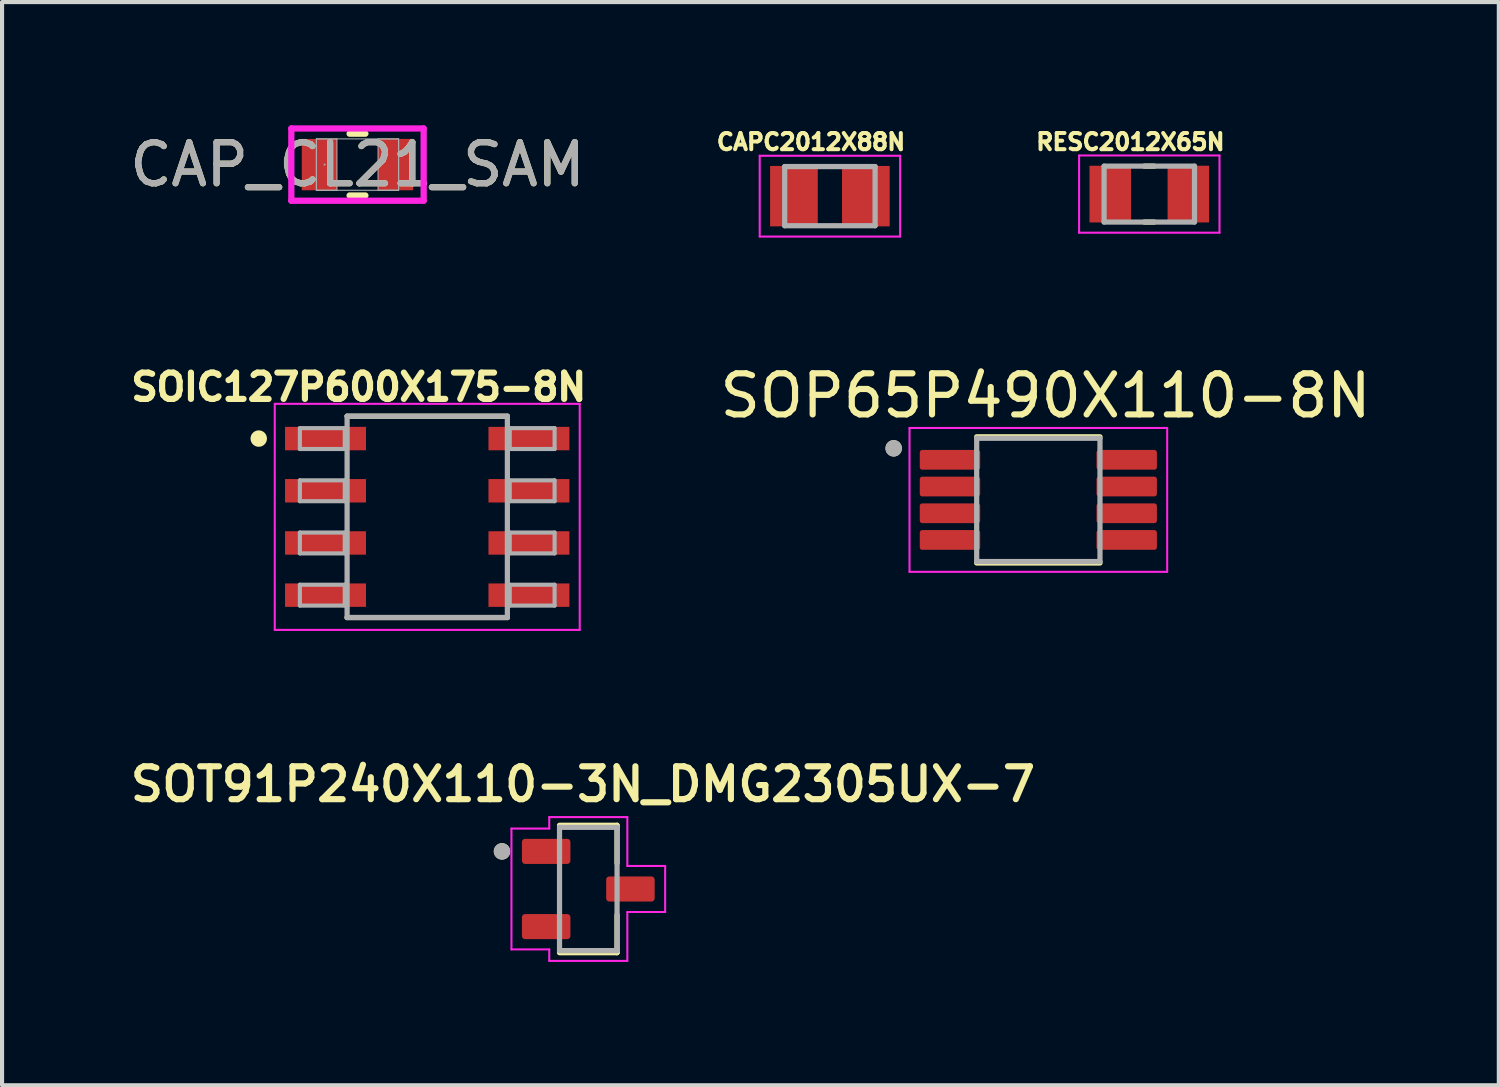
<source format=kicad_pcb>
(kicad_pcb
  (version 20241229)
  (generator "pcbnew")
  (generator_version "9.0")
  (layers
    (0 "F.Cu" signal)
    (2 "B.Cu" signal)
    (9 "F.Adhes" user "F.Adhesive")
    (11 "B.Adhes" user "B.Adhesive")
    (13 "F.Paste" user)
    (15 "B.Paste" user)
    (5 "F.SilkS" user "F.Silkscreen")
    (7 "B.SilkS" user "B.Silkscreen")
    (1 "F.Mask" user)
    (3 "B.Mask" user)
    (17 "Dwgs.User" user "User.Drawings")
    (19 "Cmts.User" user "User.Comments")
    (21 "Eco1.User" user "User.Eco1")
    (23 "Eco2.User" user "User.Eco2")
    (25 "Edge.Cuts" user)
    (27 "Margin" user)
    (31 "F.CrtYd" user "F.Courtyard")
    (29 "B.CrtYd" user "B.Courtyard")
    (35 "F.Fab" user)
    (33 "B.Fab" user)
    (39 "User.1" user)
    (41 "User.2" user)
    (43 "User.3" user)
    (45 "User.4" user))
  (footprint "SOT91P240X110-3N_DMG2305UX-7"
    (layer "F.Cu")
    (at 11.265 18.582)
    (property "Reference" "SOT91P240X110-3N_DMG2305UX-7" (at -0.13 -2.548 0) (layer "F.SilkS") (effects (font (size 0.8 0.8) (thickness 0.15))))
    (attr smd)
    (fp_line (start -0.7 -1.55) (end 0.7 -1.55) (stroke (width 0.127) (type solid)) (layer "F.SilkS"))
    (fp_line (start 0.7 -1.55) (end 0.7 -0.63) (stroke (width 0.127) (type solid)) (layer "F.SilkS"))
    (fp_line (start 0.7 0.63) (end 0.7 1.55) (stroke (width 0.127) (type solid)) (layer "F.SilkS"))
    (fp_line (start 0.7 1.55) (end -0.7 1.55) (stroke (width 0.127) (type solid)) (layer "F.SilkS"))
    (fp_circle (center -2.1 -0.915) (end -2 -0.915) (stroke (width 0.2) (type solid)) (fill no) (layer "F.SilkS"))
    (fp_line (start -1.87 -1.47) (end -0.95 -1.47) (stroke (width 0.05) (type solid)) (layer "F.CrtYd"))
    (fp_line (start -1.87 1.47) (end -1.87 -1.47) (stroke (width 0.05) (type solid)) (layer "F.CrtYd"))
    (fp_line (start -0.95 -1.75) (end 0.95 -1.75) (stroke (width 0.05) (type solid)) (layer "F.CrtYd"))
    (fp_line (start -0.95 -1.47) (end -0.95 -1.75) (stroke (width 0.05) (type solid)) (layer "F.CrtYd"))
    (fp_line (start -0.95 1.47) (end -1.87 1.47) (stroke (width 0.05) (type solid)) (layer "F.CrtYd"))
    (fp_line (start -0.95 1.75) (end -0.95 1.47) (stroke (width 0.05) (type solid)) (layer "F.CrtYd"))
    (fp_line (start 0.95 -1.75) (end 0.95 -0.56) (stroke (width 0.05) (type solid)) (layer "F.CrtYd"))
    (fp_line (start 0.95 -0.56) (end 1.87 -0.56) (stroke (width 0.05) (type solid)) (layer "F.CrtYd"))
    (fp_line (start 0.95 0.56) (end 0.95 1.75) (stroke (width 0.05) (type solid)) (layer "F.CrtYd"))
    (fp_line (start 0.95 1.75) (end -0.95 1.75) (stroke (width 0.05) (type solid)) (layer "F.CrtYd"))
    (fp_line (start 1.87 -0.56) (end 1.87 0.56) (stroke (width 0.05) (type solid)) (layer "F.CrtYd"))
    (fp_line (start 1.87 0.56) (end 0.95 0.56) (stroke (width 0.05) (type solid)) (layer "F.CrtYd"))
    (fp_line (start -0.7 -1.5) (end 0.7 -1.5) (stroke (width 0.127) (type solid)) (layer "F.Fab"))
    (fp_line (start -0.7 1.5) (end -0.7 -1.5) (stroke (width 0.127) (type solid)) (layer "F.Fab"))
    (fp_line (start 0.7 -1.5) (end 0.7 1.5) (stroke (width 0.127) (type solid)) (layer "F.Fab"))
    (fp_line (start 0.7 1.5) (end -0.7 1.5) (stroke (width 0.127) (type solid)) (layer "F.Fab"))
    (fp_circle (center -2.1 -0.915) (end -2 -0.915) (stroke (width 0.2) (type solid)) (fill no) (layer "F.Fab"))
    (pad "1" smd roundrect (at -1.025 -0.915) (size 1.18 0.61) (layers "F.Cu" "F.Mask" "F.Paste") (roundrect_rratio 0.125))
    (pad "2" smd roundrect (at -1.025 0.915) (size 1.18 0.61) (layers "F.Cu" "F.Mask" "F.Paste") (roundrect_rratio 0.125))
    (pad "3" smd roundrect (at 1.025 0) (size 1.18 0.61) (layers "F.Cu" "F.Mask" "F.Paste") (roundrect_rratio 0.125)))
  (footprint "CAP_CL21_SAM"
    (layer "F.Cu")
    (at 5.649 0.955)
    (property "Reference" "CAP_CL21_SAM" (at 0 0 0) (unlocked yes) (layer "F.SilkS") (effects (font (size 1 1) (thickness 0.15))))
    (attr smd)
    (fp_line (start -0.192 0.752) (end 0.192 0.752) (stroke (width 0.152) (type solid)) (layer "F.SilkS"))
    (fp_line (start 0.192 -0.752) (end -0.192 -0.752) (stroke (width 0.152) (type solid)) (layer "F.SilkS"))
    (fp_line (start -1.61 -0.879) (end 1.61 -0.879) (stroke (width 0.152) (type solid)) (layer "F.CrtYd"))
    (fp_line (start -1.61 0.879) (end -1.61 -0.879) (stroke (width 0.152) (type solid)) (layer "F.CrtYd"))
    (fp_line (start 1.61 -0.879) (end 1.61 0.879) (stroke (width 0.152) (type solid)) (layer "F.CrtYd"))
    (fp_line (start 1.61 0.879) (end -1.61 0.879) (stroke (width 0.152) (type solid)) (layer "F.CrtYd"))
    (fp_line (start -1 -0.625) (end -1 0.625) (stroke (width 0.025) (type solid)) (layer "F.Fab"))
    (fp_line (start -1 -0.625) (end -1 0.625) (stroke (width 0.025) (type solid)) (layer "F.Fab"))
    (fp_line (start -1 0.625) (end -0.5 0.625) (stroke (width 0.025) (type solid)) (layer "F.Fab"))
    (fp_line (start -1 0.625) (end 1 0.625) (stroke (width 0.025) (type solid)) (layer "F.Fab"))
    (fp_line (start -0.5 -0.625) (end -1 -0.625) (stroke (width 0.025) (type solid)) (layer "F.Fab"))
    (fp_line (start -0.5 0.625) (end -0.5 -0.625) (stroke (width 0.025) (type solid)) (layer "F.Fab"))
    (fp_line (start 0.5 -0.625) (end 0.5 0.625) (stroke (width 0.025) (type solid)) (layer "F.Fab"))
    (fp_line (start 0.5 0.625) (end 1 0.625) (stroke (width 0.025) (type solid)) (layer "F.Fab"))
    (fp_line (start 1 -0.625) (end -1 -0.625) (stroke (width 0.025) (type solid)) (layer "F.Fab"))
    (fp_line (start 1 -0.625) (end 0.5 -0.625) (stroke (width 0.025) (type solid)) (layer "F.Fab"))
    (fp_line (start 1 0.625) (end 1 -0.625) (stroke (width 0.025) (type solid)) (layer "F.Fab"))
    (fp_line (start 1 0.625) (end 1 -0.625) (stroke (width 0.025) (type solid)) (layer "F.Fab"))
    (fp_circle (center -0.801 0) (end -0.801 0) (stroke (width 0.025) (type solid)) (fill no) (layer "F.Fab"))
    (fp_text user "${REFERENCE}" (at 0 0 0) (unlocked yes) (layer "F.Fab") (effects (font (size 1 1) (thickness 0.15))))
    (pad "1" smd rect (at -0.928 0) (size 0.856 1.25) (layers "F.Cu" "F.Mask" "F.Paste"))
    (pad "2" smd rect (at 0.928 0) (size 0.856 1.25) (layers "F.Cu" "F.Mask" "F.Paste"))
    (zone (net_name "") (layer "F.Cu") (hatch full 0.508) (connect_pads) (min_thickness 0.254) (filled_areas_thickness no) (keepout (tracks not_allowed) (vias not_allowed) (pads allowed) (copperpour not_allowed) (footprints allowed)) (placement (enabled no)) (fill) (polygon (pts (xy 5.2 0.381) (xy 6.098 0.381) (xy 6.098 1.529) (xy 5.2 1.529)))))
  (footprint "SOIC127P600X175-8N"
    (layer "F.Cu")
    (at 7.346 9.527)
    (property "Reference" "SOIC127P600X175-8N" (at -1.666 -3.159 0) (layer "F.SilkS") (effects (font (size 0.64 0.64) (thickness 0.15))))
    (attr smd)
    (fp_line (start -1.95 -2.45) (end 1.95 -2.45) (stroke (width 0.127) (type solid)) (layer "F.SilkS"))
    (fp_line (start -1.95 2.45) (end 1.95 2.45) (stroke (width 0.127) (type solid)) (layer "F.SilkS"))
    (fp_circle (center -4.1 -1.905) (end -4 -1.905) (stroke (width 0.2) (type solid)) (fill no) (layer "F.SilkS"))
    (fp_line (start -3.71 -2.75) (end 3.71 -2.75) (stroke (width 0.05) (type solid)) (layer "F.CrtYd"))
    (fp_line (start -3.71 2.75) (end -3.71 -2.75) (stroke (width 0.05) (type solid)) (layer "F.CrtYd"))
    (fp_line (start 3.71 -2.75) (end 3.71 2.75) (stroke (width 0.05) (type solid)) (layer "F.CrtYd"))
    (fp_line (start 3.71 2.75) (end -3.71 2.75) (stroke (width 0.05) (type solid)) (layer "F.CrtYd"))
    (fp_line (start -3.099 -2.159) (end -3.099 -1.651) (stroke (width 0.1) (type solid)) (layer "F.Fab"))
    (fp_line (start -3.099 -1.651) (end -2.007 -1.651) (stroke (width 0.1) (type solid)) (layer "F.Fab"))
    (fp_line (start -3.099 -0.889) (end -3.099 -0.381) (stroke (width 0.1) (type solid)) (layer "F.Fab"))
    (fp_line (start -3.099 -0.381) (end -2.007 -0.381) (stroke (width 0.1) (type solid)) (layer "F.Fab"))
    (fp_line (start -3.099 0.381) (end -3.099 0.889) (stroke (width 0.1) (type solid)) (layer "F.Fab"))
    (fp_line (start -3.099 0.889) (end -2.007 0.889) (stroke (width 0.1) (type solid)) (layer "F.Fab"))
    (fp_line (start -3.099 1.651) (end -3.099 2.159) (stroke (width 0.1) (type solid)) (layer "F.Fab"))
    (fp_line (start -3.099 2.159) (end -2.007 2.159) (stroke (width 0.1) (type solid)) (layer "F.Fab"))
    (fp_line (start -2.007 -2.159) (end -3.099 -2.159) (stroke (width 0.1) (type solid)) (layer "F.Fab"))
    (fp_line (start -2.007 -1.651) (end -2.007 -2.159) (stroke (width 0.1) (type solid)) (layer "F.Fab"))
    (fp_line (start -2.007 -0.889) (end -3.099 -0.889) (stroke (width 0.1) (type solid)) (layer "F.Fab"))
    (fp_line (start -2.007 -0.381) (end -2.007 -0.889) (stroke (width 0.1) (type solid)) (layer "F.Fab"))
    (fp_line (start -2.007 0.381) (end -3.099 0.381) (stroke (width 0.1) (type solid)) (layer "F.Fab"))
    (fp_line (start -2.007 0.889) (end -2.007 0.381) (stroke (width 0.1) (type solid)) (layer "F.Fab"))
    (fp_line (start -2.007 1.651) (end -3.099 1.651) (stroke (width 0.1) (type solid)) (layer "F.Fab"))
    (fp_line (start -2.007 2.159) (end -2.007 1.651) (stroke (width 0.1) (type solid)) (layer "F.Fab"))
    (fp_line (start -1.95 -2.45) (end -1.95 2.45) (stroke (width 0.127) (type solid)) (layer "F.Fab"))
    (fp_line (start -1.95 2.45) (end 1.95 2.45) (stroke (width 0.127) (type solid)) (layer "F.Fab"))
    (fp_line (start 1.95 -2.45) (end -1.95 -2.45) (stroke (width 0.127) (type solid)) (layer "F.Fab"))
    (fp_line (start 1.95 2.45) (end 1.95 -2.45) (stroke (width 0.127) (type solid)) (layer "F.Fab"))
    (fp_line (start 2.007 -2.159) (end 2.007 -1.651) (stroke (width 0.1) (type solid)) (layer "F.Fab"))
    (fp_line (start 2.007 -1.651) (end 3.099 -1.651) (stroke (width 0.1) (type solid)) (layer "F.Fab"))
    (fp_line (start 2.007 -0.889) (end 2.007 -0.381) (stroke (width 0.1) (type solid)) (layer "F.Fab"))
    (fp_line (start 2.007 -0.381) (end 3.099 -0.381) (stroke (width 0.1) (type solid)) (layer "F.Fab"))
    (fp_line (start 2.007 0.381) (end 2.007 0.889) (stroke (width 0.1) (type solid)) (layer "F.Fab"))
    (fp_line (start 2.007 0.889) (end 3.099 0.889) (stroke (width 0.1) (type solid)) (layer "F.Fab"))
    (fp_line (start 2.007 1.651) (end 2.007 2.159) (stroke (width 0.1) (type solid)) (layer "F.Fab"))
    (fp_line (start 2.007 2.159) (end 3.099 2.159) (stroke (width 0.1) (type solid)) (layer "F.Fab"))
    (fp_line (start 3.099 -2.159) (end 2.007 -2.159) (stroke (width 0.1) (type solid)) (layer "F.Fab"))
    (fp_line (start 3.099 -1.651) (end 3.099 -2.159) (stroke (width 0.1) (type solid)) (layer "F.Fab"))
    (fp_line (start 3.099 -0.889) (end 2.007 -0.889) (stroke (width 0.1) (type solid)) (layer "F.Fab"))
    (fp_line (start 3.099 -0.381) (end 3.099 -0.889) (stroke (width 0.1) (type solid)) (layer "F.Fab"))
    (fp_line (start 3.099 0.381) (end 2.007 0.381) (stroke (width 0.1) (type solid)) (layer "F.Fab"))
    (fp_line (start 3.099 0.889) (end 3.099 0.381) (stroke (width 0.1) (type solid)) (layer "F.Fab"))
    (fp_line (start 3.099 1.651) (end 2.007 1.651) (stroke (width 0.1) (type solid)) (layer "F.Fab"))
    (fp_line (start 3.099 2.159) (end 3.099 1.651) (stroke (width 0.1) (type solid)) (layer "F.Fab"))
    (pad "1" smd rect (at -2.475 -1.905) (size 1.97 0.57) (layers "F.Cu" "F.Mask" "F.Paste"))
    (pad "2" smd rect (at -2.475 -0.635) (size 1.97 0.57) (layers "F.Cu" "F.Mask" "F.Paste"))
    (pad "3" smd rect (at -2.475 0.635) (size 1.97 0.57) (layers "F.Cu" "F.Mask" "F.Paste"))
    (pad "4" smd rect (at -2.475 1.905) (size 1.97 0.57) (layers "F.Cu" "F.Mask" "F.Paste"))
    (pad "5" smd rect (at 2.475 1.905) (size 1.97 0.57) (layers "F.Cu" "F.Mask" "F.Paste"))
    (pad "6" smd rect (at 2.475 0.635) (size 1.97 0.57) (layers "F.Cu" "F.Mask" "F.Paste"))
    (pad "7" smd rect (at 2.475 -0.635) (size 1.97 0.57) (layers "F.Cu" "F.Mask" "F.Paste"))
    (pad "8" smd rect (at 2.475 -1.905) (size 1.97 0.57) (layers "F.Cu" "F.Mask" "F.Paste")))
  (footprint "RESC2012X65N"
    (layer "F.Cu")
    (at 24.916 1.673)
    (property "Reference" "RESC2012X65N" (at -0.46 -1.27 0) (layer "F.SilkS") (effects (font (size 0.394 0.394) (thickness 0.15))))
    (attr smd)
    (fp_line (start -0.12 -0.68) (end 0.12 -0.68) (stroke (width 0.127) (type solid)) (layer "F.SilkS"))
    (fp_line (start -0.12 0.68) (end 0.12 0.68) (stroke (width 0.127) (type solid)) (layer "F.SilkS"))
    (fp_line (start -1.708 -0.94) (end 1.708 -0.94) (stroke (width 0.05) (type solid)) (layer "F.CrtYd"))
    (fp_line (start -1.708 0.94) (end -1.708 -0.94) (stroke (width 0.05) (type solid)) (layer "F.CrtYd"))
    (fp_line (start -1.708 0.94) (end 1.708 0.94) (stroke (width 0.05) (type solid)) (layer "F.CrtYd"))
    (fp_line (start 1.708 0.94) (end 1.708 -0.94) (stroke (width 0.05) (type solid)) (layer "F.CrtYd"))
    (fp_line (start -1.1 0.68) (end -1.1 -0.68) (stroke (width 0.127) (type solid)) (layer "F.Fab"))
    (fp_line (start 1.1 -0.68) (end -1.1 -0.68) (stroke (width 0.127) (type solid)) (layer "F.Fab"))
    (fp_line (start 1.1 0.68) (end -1.1 0.68) (stroke (width 0.127) (type solid)) (layer "F.Fab"))
    (fp_line (start 1.1 0.68) (end 1.1 -0.68) (stroke (width 0.127) (type solid)) (layer "F.Fab"))
    (pad "1" smd rect (at -0.95 0) (size 1.01 1.38) (layers "F.Cu" "F.Mask" "F.Paste"))
    (pad "2" smd rect (at 0.95 0) (size 1.01 1.38) (layers "F.Cu" "F.Mask" "F.Paste")))
  (footprint "SOP65P490X110-8N"
    (layer "F.Cu")
    (at 22.216 9.114)
    (property "Reference" "SOP65P490X110-8N" (at 0.175 -2.535 0) (layer "F.SilkS") (effects (font (size 1 1) (thickness 0.15))))
    (attr smd)
    (fp_line (start -1.5 -1.535) (end 1.5 -1.535) (stroke (width 0.127) (type solid)) (layer "F.SilkS"))
    (fp_line (start -1.5 1.535) (end 1.5 1.535) (stroke (width 0.127) (type solid)) (layer "F.SilkS"))
    (fp_circle (center -3.52 -1.255) (end -3.42 -1.255) (stroke (width 0.2) (type solid)) (fill no) (layer "F.SilkS"))
    (fp_line (start -3.135 -1.75) (end -3.135 1.75) (stroke (width 0.05) (type solid)) (layer "F.CrtYd"))
    (fp_line (start -3.135 -1.75) (end 3.135 -1.75) (stroke (width 0.05) (type solid)) (layer "F.CrtYd"))
    (fp_line (start -3.135 1.75) (end 3.135 1.75) (stroke (width 0.05) (type solid)) (layer "F.CrtYd"))
    (fp_line (start 3.135 -1.75) (end 3.135 1.75) (stroke (width 0.05) (type solid)) (layer "F.CrtYd"))
    (fp_line (start -1.5 -1.5) (end -1.5 1.5) (stroke (width 0.127) (type solid)) (layer "F.Fab"))
    (fp_line (start -1.5 -1.5) (end 1.5 -1.5) (stroke (width 0.127) (type solid)) (layer "F.Fab"))
    (fp_line (start -1.5 1.5) (end 1.5 1.5) (stroke (width 0.127) (type solid)) (layer "F.Fab"))
    (fp_line (start 1.5 -1.5) (end 1.5 1.5) (stroke (width 0.127) (type solid)) (layer "F.Fab"))
    (fp_circle (center -3.52 -1.255) (end -3.42 -1.255) (stroke (width 0.2) (type solid)) (fill no) (layer "F.Fab"))
    (pad "1" smd roundrect (at -2.15 -0.975) (size 1.47 0.48) (layers "F.Cu" "F.Mask" "F.Paste") (roundrect_rratio 0.125))
    (pad "2" smd roundrect (at -2.15 -0.325) (size 1.47 0.48) (layers "F.Cu" "F.Mask" "F.Paste") (roundrect_rratio 0.125))
    (pad "3" smd roundrect (at -2.15 0.325) (size 1.47 0.48) (layers "F.Cu" "F.Mask" "F.Paste") (roundrect_rratio 0.125))
    (pad "4" smd roundrect (at -2.15 0.975) (size 1.47 0.48) (layers "F.Cu" "F.Mask" "F.Paste") (roundrect_rratio 0.125))
    (pad "5" smd roundrect (at 2.15 0.975) (size 1.47 0.48) (layers "F.Cu" "F.Mask" "F.Paste") (roundrect_rratio 0.125))
    (pad "6" smd roundrect (at 2.15 0.325) (size 1.47 0.48) (layers "F.Cu" "F.Mask" "F.Paste") (roundrect_rratio 0.125))
    (pad "7" smd roundrect (at 2.15 -0.325) (size 1.47 0.48) (layers "F.Cu" "F.Mask" "F.Paste") (roundrect_rratio 0.125))
    (pad "8" smd roundrect (at 2.15 -0.975) (size 1.47 0.48) (layers "F.Cu" "F.Mask" "F.Paste") (roundrect_rratio 0.125)))
  (footprint "CAPC2012X88N"
    (layer "F.Cu")
    (at 17.144 1.723)
    (property "Reference" "CAPC2012X88N" (at -0.46 -1.32 0) (layer "F.SilkS") (effects (font (size 0.394 0.394) (thickness 0.15))))
    (attr smd)
    (fp_line (start -1.708 -0.983) (end 1.708 -0.983) (stroke (width 0.05) (type solid)) (layer "F.CrtYd"))
    (fp_line (start -1.708 0.983) (end -1.708 -0.983) (stroke (width 0.05) (type solid)) (layer "F.CrtYd"))
    (fp_line (start -1.708 0.983) (end 1.708 0.983) (stroke (width 0.05) (type solid)) (layer "F.CrtYd"))
    (fp_line (start 1.708 0.983) (end 1.708 -0.983) (stroke (width 0.05) (type solid)) (layer "F.CrtYd"))
    (fp_line (start -1.1 0.72) (end -1.1 -0.72) (stroke (width 0.127) (type solid)) (layer "F.Fab"))
    (fp_line (start 1.1 -0.72) (end -1.1 -0.72) (stroke (width 0.127) (type solid)) (layer "F.Fab"))
    (fp_line (start 1.1 0.72) (end -1.1 0.72) (stroke (width 0.127) (type solid)) (layer "F.Fab"))
    (fp_line (start 1.1 0.72) (end 1.1 -0.72) (stroke (width 0.127) (type solid)) (layer "F.Fab"))
    (pad "1" smd rect (at -0.875 0) (size 1.16 1.47) (layers "F.Cu" "F.Mask" "F.Paste"))
    (pad "2" smd rect (at 0.875 0) (size 1.16 1.47) (layers "F.Cu" "F.Mask" "F.Paste")))
  (gr_rect
    (start -3 -3)
    (end 33.421 23.357)
    (stroke (width 0.1) (type default))
    (fill no)
    (layer "Edge.Cuts")))
</source>
